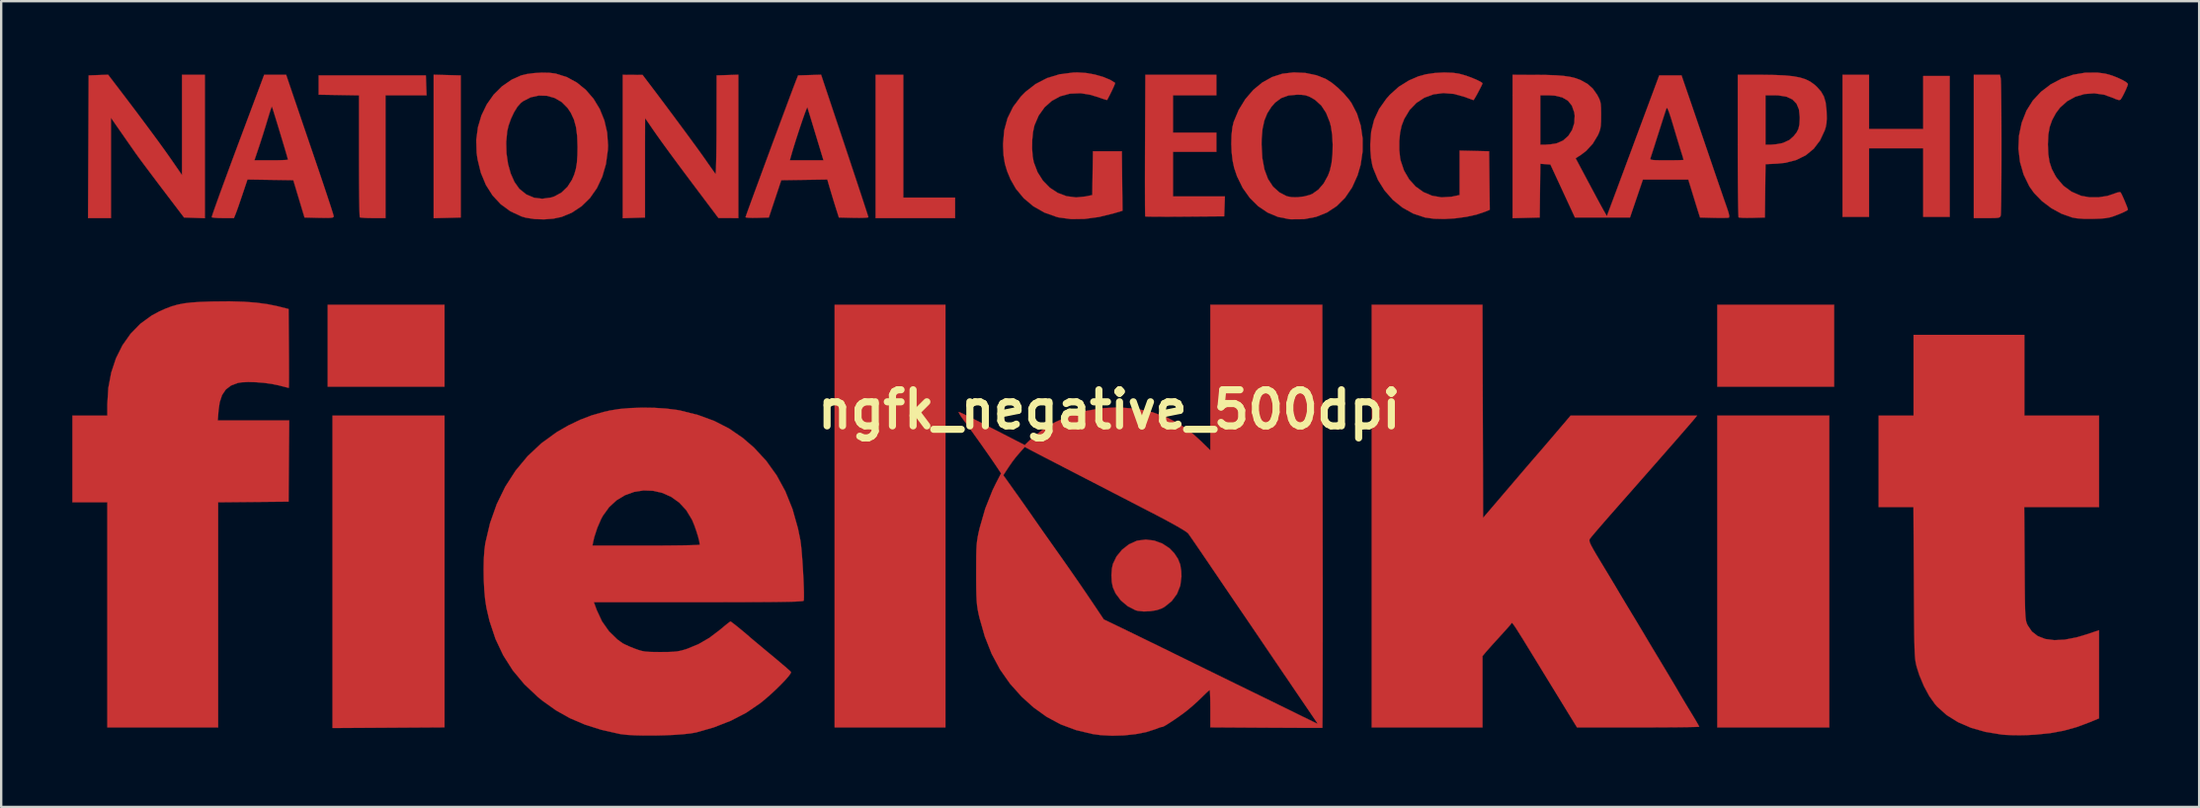
<source format=kicad_pcb>
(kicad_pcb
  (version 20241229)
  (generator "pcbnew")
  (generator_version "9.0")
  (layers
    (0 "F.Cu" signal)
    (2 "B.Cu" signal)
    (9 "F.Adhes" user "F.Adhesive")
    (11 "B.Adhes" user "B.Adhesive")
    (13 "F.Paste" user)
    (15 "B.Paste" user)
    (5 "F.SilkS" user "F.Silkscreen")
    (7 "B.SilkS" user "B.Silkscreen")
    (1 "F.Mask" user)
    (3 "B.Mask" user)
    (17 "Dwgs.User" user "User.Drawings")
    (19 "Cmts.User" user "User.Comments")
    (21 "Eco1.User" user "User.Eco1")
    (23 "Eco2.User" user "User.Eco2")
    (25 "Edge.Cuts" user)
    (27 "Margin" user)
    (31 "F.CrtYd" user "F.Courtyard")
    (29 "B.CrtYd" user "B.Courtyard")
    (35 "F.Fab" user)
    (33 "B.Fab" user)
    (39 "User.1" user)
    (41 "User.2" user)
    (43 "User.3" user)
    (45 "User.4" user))
  (footprint "ngfk_negative_500dpi"
    (layer "F.Cu")
    (at 43.744 14.229)
    (property "Reference" "ngfk_negative_500dpi" (at 0 0 0) (layer "F.SilkS") (effects (font (size 1.524 1.524) (thickness 0.3))))
    (attr through_hole)
    (fp_poly (pts (xy -28.042 -0.965) (xy -32.969 -0.965) (xy -32.969 -4.42) (xy -28.042 -4.42) (xy -28.042 -0.965)) (stroke (width 0.01) (type solid)) (fill yes) (layer "F.Cu"))
    (fp_poly (pts (xy -28.042 13.409) (xy -32.766 13.437) (xy -32.766 0.254) (xy -28.042 0.254) (xy -28.042 13.409)) (stroke (width 0.01) (type solid)) (fill yes) (layer "F.Cu"))
    (fp_poly (pts (xy -6.909 13.411) (xy -11.582 13.411) (xy -11.582 -4.42) (xy -6.909 -4.42) (xy -6.909 13.411)) (stroke (width 0.01) (type solid)) (fill yes) (layer "F.Cu"))
    (fp_poly (pts (xy 30.378 13.411) (xy 25.654 13.411) (xy 25.654 0.254) (xy 30.378 0.254) (xy 30.378 13.411)) (stroke (width 0.01) (type solid)) (fill yes) (layer "F.Cu"))
    (fp_poly (pts (xy 30.582 -0.965) (xy 25.654 -0.965) (xy 25.654 -4.42) (xy 30.582 -4.42) (xy 30.582 -0.965)) (stroke (width 0.01) (type solid)) (fill yes) (layer "F.Cu"))
    (fp_poly (pts (xy -27.356 -14.097) (xy -27.356 -8.103) (xy -27.927 -8.088) (xy -28.499 -8.074) (xy -28.499 -14.126) (xy -27.356 -14.097)) (stroke (width 0.01) (type solid)) (fill yes) (layer "F.Cu"))
    (fp_poly (pts (xy -8.687 -8.941) (xy -6.502 -8.941) (xy -6.502 -8.077) (xy -9.855 -8.077) (xy -9.855 -14.122) (xy -8.687 -14.122) (xy -8.687 -8.941)) (stroke (width 0.01) (type solid)) (fill yes) (layer "F.Cu"))
    (fp_poly (pts (xy 32.055 -11.836) (xy 34.341 -11.836) (xy 34.341 -14.072) (xy 35.458 -14.072) (xy 35.458 -8.128) (xy 34.341 -8.128) (xy 34.341 -11.024) (xy 32.055 -11.024) (xy 32.055 -8.128) (xy 30.937 -8.128) (xy 30.937 -14.122) (xy 32.055 -14.122) (xy 32.055 -11.836)) (stroke (width 0.01) (type solid)) (fill yes) (layer "F.Cu"))
    (fp_poly (pts (xy -28.814 -13.678) (xy -28.799 -13.259) (xy -29.665 -13.259) (xy -30.531 -13.259) (xy -30.531 -8.077) (xy -31.056 -8.077) (xy -31.277 -8.08) (xy -31.46 -8.089) (xy -31.58 -8.101) (xy -31.615 -8.111) (xy -31.621 -8.167) (xy -31.627 -8.315) (xy -31.633 -8.545) (xy -31.638 -8.847) (xy -31.642 -9.212) (xy -31.645 -9.629) (xy -31.647 -10.09) (xy -31.648 -10.584) (xy -31.648 -10.701) (xy -31.648 -13.256) (xy -33.35 -13.284) (xy -33.35 -14.097) (xy -28.829 -14.097) (xy -28.814 -13.678)) (stroke (width 0.01) (type solid)) (fill yes) (layer "F.Cu"))
    (fp_poly (pts (xy 37.611 -13.964) (xy 37.618 -13.881) (xy 37.623 -13.708) (xy 37.628 -13.459) (xy 37.632 -13.143) (xy 37.636 -12.772) (xy 37.638 -12.358) (xy 37.64 -11.912) (xy 37.641 -11.446) (xy 37.641 -10.971) (xy 37.641 -10.498) (xy 37.64 -10.04) (xy 37.637 -9.607) (xy 37.634 -9.212) (xy 37.631 -8.864) (xy 37.626 -8.577) (xy 37.621 -8.361) (xy 37.615 -8.228) (xy 37.611 -8.191) (xy 37.592 -8.141) (xy 37.556 -8.108) (xy 37.483 -8.089) (xy 37.355 -8.08) (xy 37.153 -8.077) (xy 37.027 -8.077) (xy 36.474 -8.077) (xy 36.474 -14.122) (xy 37.579 -14.122) (xy 37.611 -13.964)) (stroke (width 0.01) (type solid)) (fill yes) (layer "F.Cu"))
    (fp_poly (pts (xy 4.521 -14.122) (xy 4.521 -13.259) (xy 2.692 -13.259) (xy 2.692 -11.684) (xy 4.521 -11.684) (xy 4.521 -10.871) (xy 2.692 -10.871) (xy 2.692 -8.992) (xy 4.881 -8.992) (xy 4.851 -8.153) (xy 3.197 -8.14) (xy 2.797 -8.137) (xy 2.431 -8.136) (xy 2.11 -8.137) (xy 1.847 -8.138) (xy 1.654 -8.141) (xy 1.543 -8.145) (xy 1.52 -8.148) (xy 1.517 -8.202) (xy 1.514 -8.348) (xy 1.511 -8.577) (xy 1.51 -8.882) (xy 1.509 -9.252) (xy 1.508 -9.679) (xy 1.509 -10.153) (xy 1.51 -10.666) (xy 1.512 -11.146) (xy 1.526 -14.122) (xy 3.023 -14.122) (xy 4.521 -14.122)) (stroke (width 0.01) (type solid)) (fill yes) (layer "F.Cu"))
    (fp_poly (pts (xy 1.902 5.53) (xy 2.244 5.656) (xy 2.547 5.856) (xy 2.749 6.068) (xy 2.902 6.302) (xy 2.996 6.539) (xy 3.04 6.814) (xy 3.048 7.042) (xy 2.999 7.428) (xy 2.86 7.778) (xy 2.638 8.081) (xy 2.342 8.321) (xy 2.227 8.386) (xy 2.009 8.463) (xy 1.739 8.508) (xy 1.458 8.52) (xy 1.208 8.494) (xy 1.102 8.464) (xy 0.772 8.292) (xy 0.487 8.049) (xy 0.268 7.755) (xy 0.155 7.502) (xy 0.108 7.268) (xy 0.094 6.989) (xy 0.113 6.713) (xy 0.155 6.519) (xy 0.308 6.2) (xy 0.54 5.917) (xy 0.828 5.691) (xy 1.15 5.543) (xy 1.191 5.531) (xy 1.543 5.486) (xy 1.902 5.53)) (stroke (width 0.01) (type solid)) (fill yes) (layer "F.Cu"))
    (fp_poly (pts (xy -41.911 -13.705) (xy -41.515 -13.186) (xy -41.127 -12.674) (xy -40.756 -12.179) (xy -40.411 -11.714) (xy -40.1 -11.292) (xy -39.834 -10.923) (xy -39.619 -10.62) (xy -39.586 -10.573) (xy -39.116 -9.892) (xy -39.116 -14.122) (xy -38.151 -14.122) (xy -38.151 -8.073) (xy -38.591 -8.088) (xy -39.03 -8.103) (xy -39.937 -9.296) (xy -40.181 -9.618) (xy -40.416 -9.931) (xy -40.633 -10.22) (xy -40.821 -10.472) (xy -40.969 -10.673) (xy -41.067 -10.809) (xy -41.075 -10.82) (xy -41.195 -10.992) (xy -41.353 -11.218) (xy -41.529 -11.47) (xy -41.702 -11.719) (xy -41.71 -11.73) (xy -42.113 -12.31) (xy -42.113 -8.077) (xy -43.079 -8.077) (xy -43.053 -14.097) (xy -42.643 -14.112) (xy -42.233 -14.126) (xy -41.911 -13.705)) (stroke (width 0.01) (type solid)) (fill yes) (layer "F.Cu"))
    (fp_poly (pts (xy -15.646 -8.077) (xy -16.485 -8.081) (xy -17.182 -9.006) (xy -17.685 -9.676) (xy -18.128 -10.269) (xy -18.51 -10.786) (xy -18.83 -11.225) (xy -19.088 -11.586) (xy -19.274 -11.853) (xy -19.397 -12.034) (xy -19.497 -12.179) (xy -19.561 -12.271) (xy -19.578 -12.294) (xy -19.579 -12.245) (xy -19.58 -12.105) (xy -19.581 -11.884) (xy -19.582 -11.594) (xy -19.583 -11.244) (xy -19.583 -10.846) (xy -19.583 -10.41) (xy -19.583 -10.198) (xy -19.583 -8.103) (xy -20.523 -8.073) (xy -20.523 -14.122) (xy -19.685 -14.117) (xy -19.504 -13.878) (xy -19.187 -13.46) (xy -18.861 -13.027) (xy -18.535 -12.59) (xy -18.217 -12.163) (xy -17.916 -11.757) (xy -17.641 -11.383) (xy -17.401 -11.055) (xy -17.206 -10.785) (xy -17.069 -10.592) (xy -16.916 -10.372) (xy -16.782 -10.182) (xy -16.679 -10.036) (xy -16.617 -9.951) (xy -16.607 -9.938) (xy -16.599 -9.977) (xy -16.591 -10.108) (xy -16.584 -10.319) (xy -16.577 -10.602) (xy -16.572 -10.945) (xy -16.568 -11.338) (xy -16.565 -11.771) (xy -16.565 -11.995) (xy -16.561 -14.097) (xy -16.104 -14.112) (xy -15.646 -14.126) (xy -15.646 -8.077)) (stroke (width 0.01) (type solid)) (fill yes) (layer "F.Cu"))
    (fp_poly (pts (xy -36.504 -4.548) (xy -35.98 -4.509) (xy -35.512 -4.446) (xy -35.086 -4.359) (xy -35.058 -4.352) (xy -34.62 -4.242) (xy -34.607 -2.578) (xy -34.604 -2.179) (xy -34.603 -1.813) (xy -34.602 -1.495) (xy -34.603 -1.234) (xy -34.605 -1.044) (xy -34.609 -0.935) (xy -34.611 -0.914) (xy -34.665 -0.926) (xy -34.793 -0.958) (xy -34.971 -1.003) (xy -35.031 -1.019) (xy -35.326 -1.08) (xy -35.659 -1.126) (xy -36.001 -1.153) (xy -36.323 -1.161) (xy -36.598 -1.148) (xy -36.761 -1.121) (xy -37.048 -1.013) (xy -37.267 -0.846) (xy -37.425 -0.611) (xy -37.527 -0.301) (xy -37.576 0.049) (xy -37.607 0.457) (xy -34.593 0.457) (xy -34.607 2.172) (xy -34.62 3.886) (xy -37.592 3.913) (xy -37.592 13.411) (xy -42.266 13.411) (xy -42.266 3.912) (xy -43.739 3.912) (xy -43.739 0.254) (xy -42.266 0.254) (xy -42.266 -0.222) (xy -42.224 -0.911) (xy -42.101 -1.56) (xy -41.902 -2.161) (xy -41.629 -2.709) (xy -41.286 -3.195) (xy -40.877 -3.615) (xy -40.405 -3.96) (xy -40.078 -4.137) (xy -39.806 -4.259) (xy -39.552 -4.355) (xy -39.298 -4.427) (xy -39.024 -4.48) (xy -38.711 -4.517) (xy -38.339 -4.541) (xy -37.889 -4.557) (xy -37.781 -4.559) (xy -37.1 -4.565) (xy -36.504 -4.548)) (stroke (width 0.01) (type solid)) (fill yes) (layer "F.Cu"))
    (fp_poly (pts (xy 27.572 -14.122) (xy 28.084 -14.115) (xy 28.509 -14.096) (xy 28.858 -14.061) (xy 29.145 -14.007) (xy 29.382 -13.932) (xy 29.582 -13.832) (xy 29.758 -13.704) (xy 29.862 -13.609) (xy 30.034 -13.412) (xy 30.151 -13.206) (xy 30.223 -12.963) (xy 30.26 -12.656) (xy 30.266 -12.548) (xy 30.272 -12.284) (xy 30.261 -12.086) (xy 30.229 -11.917) (xy 30.186 -11.777) (xy 29.988 -11.353) (xy 29.721 -11.003) (xy 29.387 -10.728) (xy 28.988 -10.53) (xy 28.527 -10.41) (xy 28.182 -10.375) (xy 27.688 -10.351) (xy 27.661 -8.103) (xy 27.125 -8.088) (xy 26.9 -8.086) (xy 26.715 -8.089) (xy 26.592 -8.099) (xy 26.553 -8.109) (xy 26.547 -8.165) (xy 26.541 -8.314) (xy 26.535 -8.546) (xy 26.53 -8.852) (xy 26.526 -9.225) (xy 26.522 -9.653) (xy 26.52 -10.13) (xy 26.518 -10.645) (xy 26.518 -11.134) (xy 26.518 -13.259) (xy 27.686 -13.259) (xy 27.686 -11.176) (xy 27.931 -11.176) (xy 28.134 -11.192) (xy 28.356 -11.232) (xy 28.433 -11.252) (xy 28.695 -11.374) (xy 28.873 -11.531) (xy 28.999 -11.689) (xy 29.078 -11.844) (xy 29.119 -12.029) (xy 29.133 -12.274) (xy 29.133 -12.344) (xy 29.099 -12.661) (xy 28.995 -12.907) (xy 28.818 -13.087) (xy 28.564 -13.202) (xy 28.232 -13.254) (xy 28.082 -13.259) (xy 27.686 -13.259) (xy 26.518 -13.259) (xy 26.518 -14.122) (xy 27.572 -14.122)) (stroke (width 0.01) (type solid)) (fill yes) (layer "F.Cu"))
    (fp_poly (pts (xy 38.608 0.254) (xy 41.758 0.254) (xy 41.758 4.115) (xy 38.602 4.115) (xy 38.618 6.49) (xy 38.622 7.043) (xy 38.625 7.503) (xy 38.629 7.881) (xy 38.634 8.186) (xy 38.64 8.427) (xy 38.648 8.614) (xy 38.658 8.756) (xy 38.67 8.862) (xy 38.686 8.943) (xy 38.706 9.007) (xy 38.729 9.064) (xy 38.748 9.103) (xy 38.927 9.367) (xy 39.176 9.56) (xy 39.493 9.681) (xy 39.872 9.73) (xy 40.313 9.708) (xy 40.81 9.612) (xy 41.262 9.478) (xy 41.758 9.31) (xy 41.757 13.03) (xy 41.363 13.193) (xy 40.814 13.398) (xy 40.268 13.549) (xy 39.697 13.654) (xy 39.073 13.717) (xy 38.71 13.736) (xy 38.413 13.742) (xy 38.102 13.738) (xy 37.819 13.727) (xy 37.643 13.712) (xy 36.967 13.601) (xy 36.353 13.426) (xy 35.805 13.188) (xy 35.331 12.892) (xy 34.936 12.539) (xy 34.838 12.428) (xy 34.594 12.084) (xy 34.37 11.669) (xy 34.18 11.214) (xy 34.078 10.897) (xy 34.055 10.812) (xy 34.035 10.729) (xy 34.018 10.641) (xy 34.004 10.538) (xy 33.992 10.412) (xy 33.983 10.256) (xy 33.975 10.059) (xy 33.969 9.816) (xy 33.963 9.515) (xy 33.959 9.151) (xy 33.955 8.713) (xy 33.952 8.194) (xy 33.948 7.585) (xy 33.947 7.303) (xy 33.929 4.115) (xy 32.461 4.115) (xy 32.461 0.254) (xy 33.934 0.254) (xy 33.934 -3.15) (xy 38.608 -3.15) (xy 38.608 0.254)) (stroke (width 0.01) (type solid)) (fill yes) (layer "F.Cu"))
    (fp_poly (pts (xy -0.982 -14.2) (xy -0.611 -14.135) (xy -0.26 -14.035) (xy 0.045 -13.909) (xy 0.251 -13.782) (xy 0.238 -13.734) (xy 0.191 -13.62) (xy 0.119 -13.465) (xy 0.035 -13.293) (xy -0.05 -13.129) (xy -0.087 -13.062) (xy -0.136 -13.069) (xy -0.256 -13.106) (xy -0.424 -13.164) (xy -0.468 -13.181) (xy -0.819 -13.284) (xy -1.179 -13.342) (xy -1.219 -13.345) (xy -1.656 -13.328) (xy -2.06 -13.219) (xy -2.42 -13.024) (xy -2.729 -12.75) (xy -2.976 -12.403) (xy -3.153 -11.99) (xy -3.154 -11.988) (xy -3.214 -11.709) (xy -3.247 -11.373) (xy -3.253 -11.018) (xy -3.229 -10.685) (xy -3.183 -10.437) (xy -3.023 -10.015) (xy -2.794 -9.654) (xy -2.506 -9.36) (xy -2.17 -9.14) (xy -1.797 -9.001) (xy -1.396 -8.95) (xy -1.003 -8.989) (xy -0.713 -9.049) (xy -0.7 -9.973) (xy -0.686 -10.897) (xy 0.533 -10.897) (xy 0.561 -8.387) (xy 0.201 -8.28) (xy -0.434 -8.124) (xy -1.04 -8.042) (xy -1.604 -8.034) (xy -2.115 -8.102) (xy -2.216 -8.127) (xy -2.734 -8.311) (xy -3.199 -8.576) (xy -3.603 -8.914) (xy -3.937 -9.316) (xy -4.162 -9.711) (xy -4.305 -10.053) (xy -4.4 -10.372) (xy -4.455 -10.704) (xy -4.476 -11.087) (xy -4.477 -11.219) (xy -4.43 -11.775) (xy -4.289 -12.292) (xy -4.055 -12.768) (xy -3.729 -13.202) (xy -3.533 -13.402) (xy -3.101 -13.737) (xy -2.618 -13.986) (xy -2.086 -14.147) (xy -1.511 -14.219) (xy -1.343 -14.223) (xy -0.982 -14.2)) (stroke (width 0.01) (type solid)) (fill yes) (layer "F.Cu"))
    (fp_poly (pts (xy -11.157 -11.14) (xy -10.981 -10.612) (xy -10.815 -10.112) (xy -10.661 -9.65) (xy -10.523 -9.233) (xy -10.403 -8.869) (xy -10.304 -8.567) (xy -10.229 -8.335) (xy -10.18 -8.182) (xy -10.16 -8.116) (xy -10.16 -8.114) (xy -10.207 -8.1) (xy -10.337 -8.09) (xy -10.53 -8.086) (xy -10.765 -8.088) (xy -10.782 -8.088) (xy -11.404 -8.103) (xy -11.541 -8.534) (xy -11.621 -8.791) (xy -11.705 -9.068) (xy -11.777 -9.311) (xy -11.785 -9.336) (xy -11.892 -9.705) (xy -12.863 -9.691) (xy -13.835 -9.677) (xy -14.097 -8.89) (xy -14.359 -8.103) (xy -14.85 -8.088) (xy -15.06 -8.086) (xy -15.225 -8.092) (xy -15.323 -8.105) (xy -15.342 -8.116) (xy -15.324 -8.169) (xy -15.276 -8.306) (xy -15.199 -8.519) (xy -15.098 -8.796) (xy -14.976 -9.129) (xy -14.837 -9.506) (xy -14.685 -9.919) (xy -14.524 -10.356) (xy -14.465 -10.516) (xy -13.473 -10.516) (xy -12.054 -10.516) (xy -12.381 -11.595) (xy -12.477 -11.913) (xy -12.564 -12.201) (xy -12.638 -12.443) (xy -12.694 -12.625) (xy -12.727 -12.732) (xy -12.733 -12.751) (xy -12.753 -12.723) (xy -12.798 -12.613) (xy -12.863 -12.436) (xy -12.943 -12.208) (xy -13.032 -11.944) (xy -13.126 -11.659) (xy -13.22 -11.368) (xy -13.308 -11.086) (xy -13.385 -10.829) (xy -13.442 -10.63) (xy -13.473 -10.516) (xy -14.465 -10.516) (xy -14.357 -10.807) (xy -14.189 -11.264) (xy -14.021 -11.714) (xy -13.86 -12.15) (xy -13.707 -12.559) (xy -13.568 -12.933) (xy -13.445 -13.262) (xy -13.343 -13.534) (xy -13.264 -13.741) (xy -13.215 -13.868) (xy -13.124 -14.097) (xy -12.155 -14.126) (xy -11.157 -11.14)) (stroke (width 0.01) (type solid)) (fill yes) (layer "F.Cu"))
    (fp_poly (pts (xy 14.504 -14.207) (xy 14.743 -14.173) (xy 14.924 -14.126) (xy 15.129 -14.06) (xy 15.336 -13.982) (xy 15.521 -13.903) (xy 15.664 -13.831) (xy 15.741 -13.777) (xy 15.748 -13.762) (xy 15.726 -13.703) (xy 15.669 -13.587) (xy 15.592 -13.439) (xy 15.51 -13.286) (xy 15.435 -13.154) (xy 15.383 -13.071) (xy 15.368 -13.056) (xy 15.317 -13.072) (xy 15.196 -13.116) (xy 15.03 -13.178) (xy 15.005 -13.188) (xy 14.542 -13.317) (xy 14.098 -13.352) (xy 13.679 -13.298) (xy 13.297 -13.158) (xy 12.958 -12.936) (xy 12.672 -12.637) (xy 12.447 -12.264) (xy 12.336 -11.976) (xy 12.271 -11.676) (xy 12.238 -11.321) (xy 12.238 -10.954) (xy 12.272 -10.617) (xy 12.293 -10.51) (xy 12.437 -10.083) (xy 12.653 -9.713) (xy 12.929 -9.408) (xy 13.255 -9.175) (xy 13.622 -9.021) (xy 14.018 -8.953) (xy 14.434 -8.978) (xy 14.492 -8.989) (xy 14.783 -9.05) (xy 14.783 -10.925) (xy 16.027 -10.897) (xy 16.041 -9.662) (xy 16.055 -8.428) (xy 15.867 -8.35) (xy 15.496 -8.225) (xy 15.064 -8.13) (xy 14.602 -8.067) (xy 14.141 -8.039) (xy 13.709 -8.049) (xy 13.337 -8.1) (xy 13.319 -8.104) (xy 12.83 -8.266) (xy 12.377 -8.517) (xy 11.97 -8.844) (xy 11.621 -9.238) (xy 11.34 -9.687) (xy 11.137 -10.181) (xy 11.098 -10.317) (xy 11.049 -10.59) (xy 11.02 -10.929) (xy 11.014 -11.177) (xy 11.053 -11.726) (xy 11.176 -12.221) (xy 11.386 -12.678) (xy 11.69 -13.109) (xy 11.841 -13.28) (xy 12.216 -13.618) (xy 12.647 -13.886) (xy 13.043 -14.058) (xy 13.36 -14.144) (xy 13.735 -14.199) (xy 14.129 -14.221) (xy 14.504 -14.207)) (stroke (width 0.01) (type solid)) (fill yes) (layer "F.Cu"))
    (fp_poly (pts (xy -35.186 -14.122) (xy -34.722 -14.122) (xy -34.451 -13.322) (xy -34.375 -13.099) (xy -34.271 -12.795) (xy -34.145 -12.424) (xy -34.002 -12.003) (xy -33.846 -11.546) (xy -33.683 -11.068) (xy -33.518 -10.584) (xy -33.447 -10.377) (xy -33.295 -9.93) (xy -33.154 -9.511) (xy -33.027 -9.13) (xy -32.917 -8.797) (xy -32.827 -8.523) (xy -32.762 -8.317) (xy -32.724 -8.19) (xy -32.715 -8.153) (xy -32.728 -8.12) (xy -32.777 -8.098) (xy -32.877 -8.087) (xy -33.046 -8.084) (xy -33.298 -8.088) (xy -33.331 -8.088) (xy -33.947 -8.103) (xy -34.42 -9.677) (xy -35.387 -9.691) (xy -36.354 -9.705) (xy -36.572 -9.056) (xy -36.659 -8.8) (xy -36.74 -8.564) (xy -36.808 -8.374) (xy -36.854 -8.252) (xy -36.858 -8.242) (xy -36.926 -8.077) (xy -37.383 -8.077) (xy -37.588 -8.081) (xy -37.75 -8.092) (xy -37.846 -8.107) (xy -37.861 -8.115) (xy -37.848 -8.168) (xy -37.802 -8.308) (xy -37.725 -8.527) (xy -37.622 -8.816) (xy -37.495 -9.168) (xy -37.346 -9.574) (xy -37.18 -10.026) (xy -36.999 -10.515) (xy -36.999 -10.516) (xy -36.061 -10.516) (xy -35.353 -10.516) (xy -35.098 -10.517) (xy -34.884 -10.523) (xy -34.729 -10.53) (xy -34.651 -10.54) (xy -34.646 -10.543) (xy -34.66 -10.6) (xy -34.698 -10.736) (xy -34.756 -10.935) (xy -34.829 -11.18) (xy -34.911 -11.454) (xy -34.998 -11.74) (xy -35.083 -12.022) (xy -35.163 -12.282) (xy -35.232 -12.505) (xy -35.285 -12.673) (xy -35.317 -12.769) (xy -35.324 -12.785) (xy -35.344 -12.747) (xy -35.385 -12.629) (xy -35.442 -12.45) (xy -35.506 -12.239) (xy -35.596 -11.94) (xy -35.703 -11.597) (xy -35.811 -11.263) (xy -35.866 -11.095) (xy -36.061 -10.516) (xy -36.999 -10.516) (xy -36.805 -11.035) (xy -36.767 -11.138) (xy -35.65 -14.122) (xy -35.186 -14.122)) (stroke (width 0.01) (type solid)) (fill yes) (layer "F.Cu"))
    (fp_poly (pts (xy -23.619 -14.208) (xy -23.356 -14.176) (xy -23.355 -14.176) (xy -22.885 -14.028) (xy -22.457 -13.795) (xy -22.078 -13.486) (xy -21.754 -13.111) (xy -21.492 -12.679) (xy -21.299 -12.201) (xy -21.18 -11.685) (xy -21.143 -11.141) (xy -21.151 -10.947) (xy -21.23 -10.361) (xy -21.386 -9.824) (xy -21.612 -9.343) (xy -21.904 -8.925) (xy -22.259 -8.578) (xy -22.67 -8.306) (xy -23.103 -8.127) (xy -23.45 -8.053) (xy -23.842 -8.023) (xy -24.24 -8.036) (xy -24.606 -8.093) (xy -24.79 -8.145) (xy -25.259 -8.363) (xy -25.668 -8.661) (xy -26.015 -9.034) (xy -26.296 -9.478) (xy -26.508 -9.989) (xy -26.648 -10.561) (xy -26.686 -10.829) (xy -26.699 -11.273) (xy -25.44 -11.273) (xy -25.427 -10.81) (xy -25.362 -10.364) (xy -25.248 -9.955) (xy -25.09 -9.601) (xy -24.892 -9.321) (xy -24.877 -9.305) (xy -24.592 -9.076) (xy -24.268 -8.938) (xy -23.917 -8.894) (xy -23.55 -8.945) (xy -23.399 -8.994) (xy -23.106 -9.155) (xy -22.853 -9.399) (xy -22.667 -9.688) (xy -22.569 -9.914) (xy -22.5 -10.148) (xy -22.456 -10.413) (xy -22.434 -10.734) (xy -22.428 -11.074) (xy -22.444 -11.534) (xy -22.493 -11.915) (xy -22.581 -12.236) (xy -22.712 -12.518) (xy -22.851 -12.726) (xy -23.099 -12.975) (xy -23.396 -13.146) (xy -23.725 -13.238) (xy -24.067 -13.247) (xy -24.405 -13.173) (xy -24.719 -13.013) (xy -24.817 -12.94) (xy -24.961 -12.78) (xy -25.105 -12.548) (xy -25.236 -12.273) (xy -25.339 -11.983) (xy -25.397 -11.735) (xy -25.44 -11.273) (xy -26.699 -11.273) (xy -26.702 -11.377) (xy -26.632 -11.908) (xy -26.483 -12.41) (xy -26.259 -12.873) (xy -25.968 -13.286) (xy -25.616 -13.637) (xy -25.208 -13.918) (xy -24.816 -14.094) (xy -24.571 -14.155) (xy -24.265 -14.195) (xy -23.935 -14.214) (xy -23.619 -14.208)) (stroke (width 0.01) (type solid)) (fill yes) (layer "F.Cu"))
    (fp_poly (pts (xy 8.279 -14.201) (xy 8.752 -14.101) (xy 9.14 -13.946) (xy 9.381 -13.795) (xy 9.643 -13.581) (xy 9.899 -13.332) (xy 10.121 -13.072) (xy 10.22 -12.933) (xy 10.455 -12.481) (xy 10.612 -11.978) (xy 10.691 -11.44) (xy 10.69 -10.885) (xy 10.608 -10.329) (xy 10.478 -9.883) (xy 10.247 -9.371) (xy 9.952 -8.937) (xy 9.597 -8.584) (xy 9.186 -8.313) (xy 8.725 -8.129) (xy 8.216 -8.032) (xy 7.665 -8.027) (xy 7.595 -8.033) (xy 7.123 -8.126) (xy 6.684 -8.31) (xy 6.284 -8.58) (xy 5.932 -8.929) (xy 5.632 -9.351) (xy 5.393 -9.839) (xy 5.272 -10.195) (xy 5.207 -10.499) (xy 5.166 -10.853) (xy 5.153 -11.176) (xy 6.428 -11.176) (xy 6.459 -10.612) (xy 6.549 -10.13) (xy 6.699 -9.728) (xy 6.91 -9.405) (xy 7.183 -9.16) (xy 7.493 -9) (xy 7.695 -8.96) (xy 7.951 -8.958) (xy 8.222 -8.991) (xy 8.469 -9.057) (xy 8.569 -9.099) (xy 8.825 -9.279) (xy 9.05 -9.543) (xy 9.232 -9.874) (xy 9.31 -10.084) (xy 9.381 -10.4) (xy 9.421 -10.778) (xy 9.429 -11.185) (xy 9.407 -11.586) (xy 9.353 -11.947) (xy 9.308 -12.122) (xy 9.151 -12.516) (xy 8.948 -12.825) (xy 8.693 -13.058) (xy 8.584 -13.126) (xy 8.42 -13.212) (xy 8.277 -13.259) (xy 8.113 -13.28) (xy 7.923 -13.284) (xy 7.561 -13.25) (xy 7.26 -13.142) (xy 7.003 -12.953) (xy 6.844 -12.773) (xy 6.668 -12.497) (xy 6.544 -12.19) (xy 6.467 -11.833) (xy 6.431 -11.408) (xy 6.428 -11.176) (xy 5.153 -11.176) (xy 5.151 -11.227) (xy 5.162 -11.59) (xy 5.198 -11.913) (xy 5.253 -12.141) (xy 5.466 -12.646) (xy 5.744 -13.097) (xy 6.077 -13.484) (xy 6.457 -13.797) (xy 6.873 -14.029) (xy 7.305 -14.168) (xy 7.787 -14.224) (xy 8.279 -14.201)) (stroke (width 0.01) (type solid)) (fill yes) (layer "F.Cu"))
    (fp_poly (pts (xy 42.015 -14.173) (xy 42.199 -14.126) (xy 42.405 -14.055) (xy 42.608 -13.97) (xy 42.785 -13.883) (xy 42.916 -13.803) (xy 42.975 -13.741) (xy 42.977 -13.732) (xy 42.955 -13.653) (xy 42.899 -13.517) (xy 42.824 -13.357) (xy 42.746 -13.205) (xy 42.679 -13.094) (xy 42.666 -13.076) (xy 42.602 -13.056) (xy 42.478 -13.092) (xy 42.38 -13.136) (xy 41.97 -13.284) (xy 41.554 -13.342) (xy 41.146 -13.312) (xy 40.76 -13.199) (xy 40.41 -13.006) (xy 40.11 -12.736) (xy 39.939 -12.508) (xy 39.781 -12.217) (xy 39.676 -11.923) (xy 39.619 -11.596) (xy 39.601 -11.204) (xy 39.601 -11.176) (xy 39.617 -10.776) (xy 39.669 -10.443) (xy 39.766 -10.15) (xy 39.915 -9.866) (xy 39.979 -9.766) (xy 40.255 -9.442) (xy 40.598 -9.191) (xy 40.992 -9.021) (xy 41.018 -9.014) (xy 41.362 -8.955) (xy 41.74 -8.956) (xy 42.107 -9.012) (xy 42.361 -9.095) (xy 42.517 -9.152) (xy 42.629 -9.174) (xy 42.666 -9.164) (xy 42.706 -9.095) (xy 42.768 -8.964) (xy 42.839 -8.801) (xy 42.906 -8.638) (xy 42.957 -8.506) (xy 42.977 -8.434) (xy 42.977 -8.433) (xy 42.933 -8.396) (xy 42.815 -8.335) (xy 42.645 -8.26) (xy 42.558 -8.225) (xy 42.362 -8.152) (xy 42.197 -8.103) (xy 42.029 -8.073) (xy 41.827 -8.056) (xy 41.559 -8.046) (xy 41.529 -8.045) (xy 41.126 -8.045) (xy 40.811 -8.069) (xy 40.625 -8.103) (xy 40.177 -8.261) (xy 39.745 -8.497) (xy 39.35 -8.795) (xy 39.016 -9.138) (xy 38.82 -9.414) (xy 38.578 -9.912) (xy 38.424 -10.446) (xy 38.358 -10.999) (xy 38.382 -11.556) (xy 38.496 -12.1) (xy 38.697 -12.611) (xy 38.965 -13.037) (xy 39.31 -13.407) (xy 39.716 -13.717) (xy 40.172 -13.958) (xy 40.665 -14.126) (xy 41.181 -14.213) (xy 41.707 -14.214) (xy 42.015 -14.173)) (stroke (width 0.01) (type solid)) (fill yes) (layer "F.Cu"))
    (fp_poly (pts (xy 15.76 0.075) (xy 15.773 4.57) (xy 16.825 3.339) (xy 17.086 3.034) (xy 17.329 2.749) (xy 17.545 2.497) (xy 17.727 2.285) (xy 17.864 2.126) (xy 17.948 2.028) (xy 17.968 2.006) (xy 18.038 1.925) (xy 18.165 1.779) (xy 18.337 1.579) (xy 18.544 1.337) (xy 18.776 1.065) (xy 19.023 0.775) (xy 19.197 0.572) (xy 19.466 0.254) (xy 24.799 0.254) (xy 24.706 0.374) (xy 24.646 0.445) (xy 24.525 0.587) (xy 24.349 0.79) (xy 24.122 1.051) (xy 23.852 1.361) (xy 23.543 1.713) (xy 23.202 2.103) (xy 22.835 2.521) (xy 22.446 2.963) (xy 22.043 3.422) (xy 21.63 3.89) (xy 21.393 4.159) (xy 21.131 4.457) (xy 20.889 4.734) (xy 20.675 4.981) (xy 20.498 5.187) (xy 20.368 5.342) (xy 20.292 5.436) (xy 20.279 5.454) (xy 20.26 5.497) (xy 20.26 5.55) (xy 20.283 5.627) (xy 20.335 5.739) (xy 20.422 5.898) (xy 20.549 6.117) (xy 20.723 6.406) (xy 20.781 6.502) (xy 20.955 6.789) (xy 21.116 7.055) (xy 21.254 7.286) (xy 21.361 7.464) (xy 21.427 7.576) (xy 21.438 7.595) (xy 21.491 7.685) (xy 21.587 7.846) (xy 21.716 8.061) (xy 21.868 8.314) (xy 22.034 8.589) (xy 22.047 8.611) (xy 22.214 8.886) (xy 22.367 9.142) (xy 22.499 9.361) (xy 22.597 9.526) (xy 22.654 9.623) (xy 22.657 9.627) (xy 22.71 9.717) (xy 22.806 9.878) (xy 22.935 10.093) (xy 23.087 10.346) (xy 23.253 10.621) (xy 23.266 10.643) (xy 23.443 10.937) (xy 23.617 11.228) (xy 23.776 11.494) (xy 23.907 11.715) (xy 23.992 11.862) (xy 24.102 12.05) (xy 24.246 12.292) (xy 24.404 12.555) (xy 24.544 12.785) (xy 24.674 12.999) (xy 24.781 13.18) (xy 24.857 13.313) (xy 24.891 13.379) (xy 24.892 13.382) (xy 24.843 13.388) (xy 24.702 13.393) (xy 24.478 13.398) (xy 24.181 13.402) (xy 23.821 13.406) (xy 23.407 13.408) (xy 22.949 13.41) (xy 22.455 13.411) (xy 22.314 13.411) (xy 19.736 13.411) (xy 19.384 12.84) (xy 19.216 12.566) (xy 19.02 12.246) (xy 18.82 11.92) (xy 18.644 11.633) (xy 18.308 11.084) (xy 18.022 10.616) (xy 17.78 10.221) (xy 17.58 9.895) (xy 17.417 9.631) (xy 17.286 9.423) (xy 17.186 9.264) (xy 17.11 9.149) (xy 17.055 9.072) (xy 17.017 9.026) (xy 16.993 9.006) (xy 16.977 9.005) (xy 16.967 9.017) (xy 16.957 9.035) (xy 16.948 9.051) (xy 16.893 9.116) (xy 16.784 9.24) (xy 16.637 9.403) (xy 16.467 9.59) (xy 16.453 9.606) (xy 16.272 9.804) (xy 16.104 9.99) (xy 15.968 10.144) (xy 15.881 10.244) (xy 15.881 10.244) (xy 15.748 10.403) (xy 15.748 13.411) (xy 11.074 13.411) (xy 11.074 -4.42) (xy 15.747 -4.42) (xy 15.76 0.075)) (stroke (width 0.01) (type solid)) (fill yes) (layer "F.Cu"))
    (fp_poly (pts (xy 17.971 -14.121) (xy 18.458 -14.116) (xy 18.859 -14.101) (xy 19.186 -14.075) (xy 19.454 -14.035) (xy 19.676 -13.98) (xy 19.867 -13.909) (xy 19.887 -13.901) (xy 20.18 -13.737) (xy 20.401 -13.541) (xy 20.583 -13.284) (xy 20.602 -13.25) (xy 20.668 -13.123) (xy 20.712 -13.012) (xy 20.737 -12.89) (xy 20.748 -12.728) (xy 20.752 -12.5) (xy 20.752 -12.421) (xy 20.749 -12.161) (xy 20.738 -11.975) (xy 20.715 -11.832) (xy 20.673 -11.703) (xy 20.618 -11.576) (xy 20.402 -11.219) (xy 20.122 -10.913) (xy 19.893 -10.739) (xy 19.677 -10.602) (xy 20.207 -9.607) (xy 20.37 -9.301) (xy 20.525 -9.012) (xy 20.662 -8.757) (xy 20.774 -8.552) (xy 20.85 -8.414) (xy 20.866 -8.386) (xy 20.995 -8.162) (xy 21.098 -8.437) (xy 21.135 -8.535) (xy 21.203 -8.72) (xy 21.3 -8.98) (xy 21.422 -9.306) (xy 21.564 -9.689) (xy 21.724 -10.118) (xy 21.889 -10.563) (xy 22.828 -10.563) (xy 22.863 -10.541) (xy 22.948 -10.527) (xy 23.098 -10.519) (xy 23.326 -10.516) (xy 23.515 -10.516) (xy 23.772 -10.517) (xy 23.988 -10.52) (xy 24.145 -10.525) (xy 24.225 -10.532) (xy 24.232 -10.534) (xy 24.217 -10.589) (xy 24.181 -10.712) (xy 24.137 -10.852) (xy 24.09 -11.004) (xy 24.022 -11.229) (xy 23.939 -11.502) (xy 23.85 -11.8) (xy 23.796 -11.982) (xy 23.697 -12.308) (xy 23.62 -12.538) (xy 23.564 -12.677) (xy 23.527 -12.729) (xy 23.513 -12.719) (xy 23.487 -12.643) (xy 23.435 -12.486) (xy 23.364 -12.265) (xy 23.278 -11.997) (xy 23.183 -11.697) (xy 23.167 -11.648) (xy 23.071 -11.346) (xy 22.985 -11.074) (xy 22.912 -10.848) (xy 22.859 -10.685) (xy 22.83 -10.599) (xy 22.828 -10.594) (xy 22.828 -10.563) (xy 21.889 -10.563) (xy 21.898 -10.585) (xy 22.082 -11.08) (xy 22.202 -11.405) (xy 23.204 -14.097) (xy 24.145 -14.097) (xy 24.398 -13.36) (xy 24.475 -13.137) (xy 24.579 -12.835) (xy 24.704 -12.47) (xy 24.844 -12.06) (xy 24.994 -11.621) (xy 25.148 -11.169) (xy 25.276 -10.795) (xy 25.423 -10.364) (xy 25.565 -9.947) (xy 25.699 -9.556) (xy 25.82 -9.206) (xy 25.921 -8.911) (xy 26 -8.685) (xy 26.05 -8.543) (xy 26.125 -8.318) (xy 26.158 -8.176) (xy 26.151 -8.106) (xy 26.14 -8.097) (xy 26.067 -8.089) (xy 25.916 -8.085) (xy 25.71 -8.085) (xy 25.503 -8.088) (xy 24.926 -8.103) (xy 24.861 -8.306) (xy 24.821 -8.435) (xy 24.759 -8.634) (xy 24.685 -8.874) (xy 24.614 -9.106) (xy 24.431 -9.703) (xy 22.515 -9.703) (xy 21.971 -8.103) (xy 19.648 -8.103) (xy 19.131 -9.22) (xy 18.613 -10.338) (xy 18.4 -10.353) (xy 18.188 -10.369) (xy 18.175 -9.236) (xy 18.161 -8.103) (xy 17.59 -8.088) (xy 17.018 -8.074) (xy 17.018 -11.176) (xy 18.186 -11.176) (xy 18.418 -11.176) (xy 18.622 -11.19) (xy 18.837 -11.224) (xy 18.881 -11.234) (xy 19.148 -11.351) (xy 19.367 -11.544) (xy 19.529 -11.795) (xy 19.622 -12.087) (xy 19.638 -12.402) (xy 19.617 -12.543) (xy 19.519 -12.822) (xy 19.352 -13.03) (xy 19.114 -13.169) (xy 18.801 -13.244) (xy 18.555 -13.258) (xy 18.186 -13.259) (xy 18.186 -11.176) (xy 17.018 -11.176) (xy 17.018 -14.122) (xy 17.971 -14.121)) (stroke (width 0.01) (type solid)) (fill yes) (layer "F.Cu"))
    (fp_poly (pts (xy -19.176 -0.072) (xy -18.681 -0.04) (xy -18.236 0.016) (xy -18.108 0.039) (xy -17.349 0.229) (xy -16.662 0.481) (xy -16.035 0.802) (xy -15.457 1.199) (xy -14.987 1.605) (xy -14.47 2.163) (xy -14.029 2.778) (xy -13.66 3.455) (xy -13.361 4.198) (xy -13.131 5.013) (xy -13.029 5.512) (xy -13.006 5.679) (xy -12.982 5.911) (xy -12.958 6.193) (xy -12.936 6.505) (xy -12.916 6.83) (xy -12.899 7.151) (xy -12.887 7.449) (xy -12.879 7.708) (xy -12.878 7.909) (xy -12.884 8.036) (xy -12.89 8.065) (xy -12.914 8.076) (xy -12.979 8.086) (xy -13.092 8.095) (xy -13.257 8.103) (xy -13.48 8.109) (xy -13.766 8.114) (xy -14.12 8.119) (xy -14.548 8.122) (xy -15.054 8.125) (xy -15.645 8.126) (xy -16.326 8.128) (xy -17.101 8.128) (xy -17.327 8.128) (xy -21.741 8.128) (xy -21.621 8.457) (xy -21.399 8.935) (xy -21.103 9.355) (xy -20.743 9.705) (xy -20.523 9.863) (xy -20.413 9.919) (xy -20.243 9.996) (xy -20.045 10.076) (xy -20.015 10.087) (xy -19.853 10.145) (xy -19.714 10.185) (xy -19.57 10.211) (xy -19.398 10.224) (xy -19.171 10.23) (xy -18.923 10.231) (xy -18.624 10.229) (xy -18.399 10.22) (xy -18.222 10.203) (xy -18.065 10.172) (xy -17.901 10.126) (xy -17.805 10.095) (xy -17.326 9.898) (xy -16.867 9.632) (xy -16.405 9.281) (xy -16.378 9.258) (xy -16.216 9.122) (xy -16.083 9.015) (xy -15.997 8.952) (xy -15.977 8.941) (xy -15.929 8.971) (xy -15.823 9.052) (xy -15.677 9.167) (xy -15.512 9.302) (xy -15.346 9.44) (xy -15.199 9.567) (xy -15.164 9.598) (xy -15.095 9.657) (xy -14.961 9.77) (xy -14.776 9.924) (xy -14.553 10.11) (xy -14.306 10.316) (xy -14.249 10.362) (xy -14.005 10.566) (xy -13.789 10.749) (xy -13.612 10.9) (xy -13.487 11.01) (xy -13.426 11.069) (xy -13.422 11.075) (xy -13.445 11.141) (xy -13.533 11.261) (xy -13.674 11.422) (xy -13.856 11.611) (xy -14.066 11.817) (xy -14.293 12.027) (xy -14.523 12.228) (xy -14.732 12.397) (xy -15.309 12.79) (xy -15.964 13.13) (xy -16.685 13.412) (xy -17.424 13.623) (xy -17.662 13.665) (xy -17.979 13.699) (xy -18.354 13.726) (xy -18.765 13.744) (xy -19.19 13.754) (xy -19.608 13.754) (xy -19.997 13.745) (xy -20.334 13.726) (xy -20.598 13.696) (xy -20.645 13.688) (xy -21.42 13.514) (xy -22.117 13.294) (xy -22.754 13.021) (xy -23.345 12.688) (xy -23.909 12.286) (xy -24.098 12.132) (xy -24.672 11.591) (xy -25.16 11.006) (xy -25.565 10.369) (xy -25.892 9.676) (xy -26.144 8.918) (xy -26.274 8.359) (xy -26.326 8.022) (xy -26.363 7.62) (xy -26.385 7.181) (xy -26.392 6.732) (xy -26.383 6.303) (xy -26.357 5.92) (xy -26.333 5.74) (xy -21.801 5.74) (xy -19.537 5.74) (xy -19.068 5.74) (xy -18.632 5.737) (xy -18.239 5.733) (xy -17.9 5.729) (xy -17.623 5.723) (xy -17.42 5.716) (xy -17.301 5.708) (xy -17.273 5.702) (xy -17.293 5.561) (xy -17.345 5.357) (xy -17.418 5.121) (xy -17.502 4.883) (xy -17.589 4.673) (xy -17.606 4.637) (xy -17.845 4.244) (xy -18.14 3.926) (xy -18.48 3.684) (xy -18.852 3.518) (xy -19.244 3.428) (xy -19.644 3.413) (xy -20.041 3.475) (xy -20.424 3.613) (xy -20.779 3.826) (xy -21.095 4.116) (xy -21.36 4.482) (xy -21.435 4.621) (xy -21.596 4.992) (xy -21.723 5.382) (xy -21.768 5.575) (xy -21.801 5.74) (xy -26.333 5.74) (xy -26.32 5.639) (xy -26.12 4.79) (xy -25.839 3.994) (xy -25.479 3.256) (xy -25.043 2.579) (xy -24.535 1.967) (xy -23.957 1.425) (xy -23.311 0.956) (xy -22.817 0.671) (xy -22.315 0.431) (xy -21.833 0.246) (xy -21.323 0.1) (xy -21.068 0.042) (xy -20.668 -0.023) (xy -20.2 -0.063) (xy -19.692 -0.08) (xy -19.176 -0.072)) (stroke (width 0.01) (type solid)) (fill yes) (layer "F.Cu"))
    (fp_poly (pts (xy 9.004 4.501) (xy 9.005 5.445) (xy 9.006 6.361) (xy 9.007 7.244) (xy 9.007 8.09) (xy 9.007 8.893) (xy 9.007 9.647) (xy 9.006 10.348) (xy 9.005 10.991) (xy 9.004 11.57) (xy 9.003 12.08) (xy 9.001 12.516) (xy 9 12.874) (xy 8.997 13.147) (xy 8.995 13.331) (xy 8.993 13.421) (xy 8.992 13.429) (xy 8.937 13.43) (xy 8.791 13.431) (xy 8.564 13.431) (xy 8.266 13.43) (xy 7.906 13.429) (xy 7.496 13.427) (xy 7.045 13.425) (xy 6.617 13.423) (xy 4.267 13.409) (xy 4.267 12.623) (xy 4.265 12.353) (xy 4.26 12.123) (xy 4.253 11.951) (xy 4.243 11.852) (xy 4.237 11.836) (xy 4.19 11.87) (xy 4.092 11.96) (xy 3.96 12.088) (xy 3.919 12.129) (xy 3.733 12.308) (xy 3.511 12.508) (xy 3.297 12.688) (xy 3.276 12.704) (xy 3.115 12.828) (xy 2.928 12.962) (xy 2.735 13.095) (xy 2.551 13.216) (xy 2.396 13.314) (xy 2.285 13.376) (xy 2.236 13.392) (xy 2.235 13.39) (xy 2.193 13.396) (xy 2.081 13.433) (xy 1.933 13.49) (xy 1.556 13.61) (xy 1.11 13.696) (xy 0.624 13.748) (xy 0.124 13.762) (xy -0.36 13.737) (xy -0.699 13.691) (xy -1.4 13.524) (xy -2.039 13.286) (xy -2.633 12.969) (xy -3.195 12.565) (xy -3.689 12.119) (xy -4.184 11.567) (xy -4.606 10.966) (xy -4.959 10.306) (xy -5.247 9.579) (xy -5.476 8.777) (xy -5.519 8.585) (xy -5.55 8.426) (xy -5.574 8.259) (xy -5.591 8.067) (xy -5.602 7.835) (xy -5.609 7.544) (xy -5.612 7.18) (xy -5.612 6.883) (xy -5.611 6.485) (xy -5.609 6.171) (xy -5.603 5.923) (xy -5.592 5.722) (xy -5.575 5.552) (xy -5.551 5.394) (xy -5.519 5.23) (xy -5.476 5.043) (xy -5.469 5.011) (xy -5.23 4.18) (xy -4.922 3.406) (xy -4.769 3.093) (xy -4.602 2.771) (xy -4.467 2.771) (xy -3.961 3.481) (xy -3.771 3.748) (xy -3.581 4.017) (xy -3.408 4.264) (xy -3.267 4.465) (xy -3.211 4.547) (xy -3.105 4.699) (xy -2.954 4.915) (xy -2.772 5.175) (xy -2.571 5.46) (xy -2.365 5.751) (xy -2.337 5.791) (xy -1.955 6.332) (xy -1.618 6.813) (xy -1.312 7.253) (xy -1.024 7.674) (xy -0.737 8.097) (xy -0.617 8.275) (xy -0.229 8.855) (xy 0.533 9.222) (xy 0.756 9.33) (xy 1.053 9.474) (xy 1.411 9.649) (xy 1.812 9.845) (xy 2.241 10.054) (xy 2.682 10.271) (xy 3.12 10.485) (xy 3.124 10.487) (xy 3.579 10.711) (xy 4.053 10.943) (xy 4.527 11.175) (xy 4.983 11.398) (xy 5.401 11.603) (xy 5.763 11.779) (xy 6.016 11.903) (xy 6.388 12.084) (xy 6.792 12.282) (xy 7.198 12.481) (xy 7.577 12.666) (xy 7.897 12.824) (xy 7.921 12.836) (xy 8.189 12.968) (xy 8.423 13.082) (xy 8.609 13.173) (xy 8.734 13.233) (xy 8.782 13.255) (xy 8.772 13.223) (xy 8.731 13.158) (xy 8.677 13.08) (xy 8.574 12.929) (xy 8.429 12.715) (xy 8.249 12.451) (xy 8.041 12.146) (xy 7.814 11.812) (xy 7.575 11.459) (xy 7.33 11.1) (xy 7.088 10.743) (xy 6.856 10.402) (xy 6.642 10.086) (xy 6.452 9.806) (xy 6.425 9.766) (xy 6.213 9.453) (xy 5.991 9.126) (xy 5.776 8.81) (xy 5.585 8.53) (xy 5.434 8.309) (xy 5.301 8.114) (xy 5.124 7.853) (xy 4.914 7.545) (xy 4.684 7.206) (xy 4.447 6.856) (xy 4.242 6.554) (xy 4.027 6.238) (xy 3.826 5.943) (xy 3.648 5.683) (xy 3.501 5.469) (xy 3.392 5.313) (xy 3.331 5.228) (xy 3.327 5.222) (xy 3.251 5.16) (xy 3.09 5.057) (xy 2.85 4.917) (xy 2.539 4.745) (xy 2.164 4.544) (xy 1.778 4.343) (xy 1.379 4.137) (xy 0.969 3.925) (xy 0.568 3.717) (xy 0.193 3.524) (xy -0.133 3.355) (xy -0.393 3.221) (xy -0.432 3.201) (xy -0.995 2.911) (xy -1.475 2.663) (xy -1.88 2.454) (xy -2.217 2.279) (xy -2.494 2.136) (xy -2.718 2.021) (xy -2.896 1.928) (xy -3.037 1.855) (xy -3.147 1.797) (xy -3.235 1.752) (xy -3.293 1.721) (xy -3.563 1.579) (xy -3.789 1.834) (xy -3.938 2.008) (xy -4.077 2.189) (xy -4.227 2.404) (xy -4.38 2.637) (xy -4.467 2.771) (xy -4.602 2.771) (xy -4.561 2.694) (xy -4.721 2.452) (xy -4.847 2.265) (xy -5.018 2.016) (xy -5.219 1.728) (xy -5.435 1.421) (xy -5.652 1.117) (xy -5.853 0.836) (xy -6.025 0.599) (xy -6.134 0.453) (xy -6.246 0.297) (xy -6.322 0.176) (xy -6.35 0.109) (xy -6.345 0.102) (xy -6.287 0.124) (xy -6.151 0.187) (xy -5.948 0.286) (xy -5.69 0.414) (xy -5.387 0.566) (xy -5.052 0.736) (xy -4.926 0.8) (xy -3.562 1.499) (xy -3.343 1.288) (xy -2.84 0.874) (xy -2.272 0.529) (xy -1.651 0.256) (xy -0.99 0.059) (xy -0.302 -0.058) (xy 0.402 -0.091) (xy 1.107 -0.036) (xy 1.168 -0.027) (xy 1.832 0.115) (xy 2.44 0.335) (xy 3.005 0.638) (xy 3.54 1.032) (xy 3.875 1.337) (xy 4.267 1.72) (xy 4.267 -4.42) (xy 6.629 -4.42) (xy 8.991 -4.42) (xy 9.004 4.501)) (stroke (width 0.01) (type solid)) (fill yes) (layer "F.Cu")))
  (gr_rect
    (start -3 -3)
    (end 89.726 30.996)
    (stroke (width 0.1) (type default))
    (fill no)
    (layer "Edge.Cuts")))
</source>
